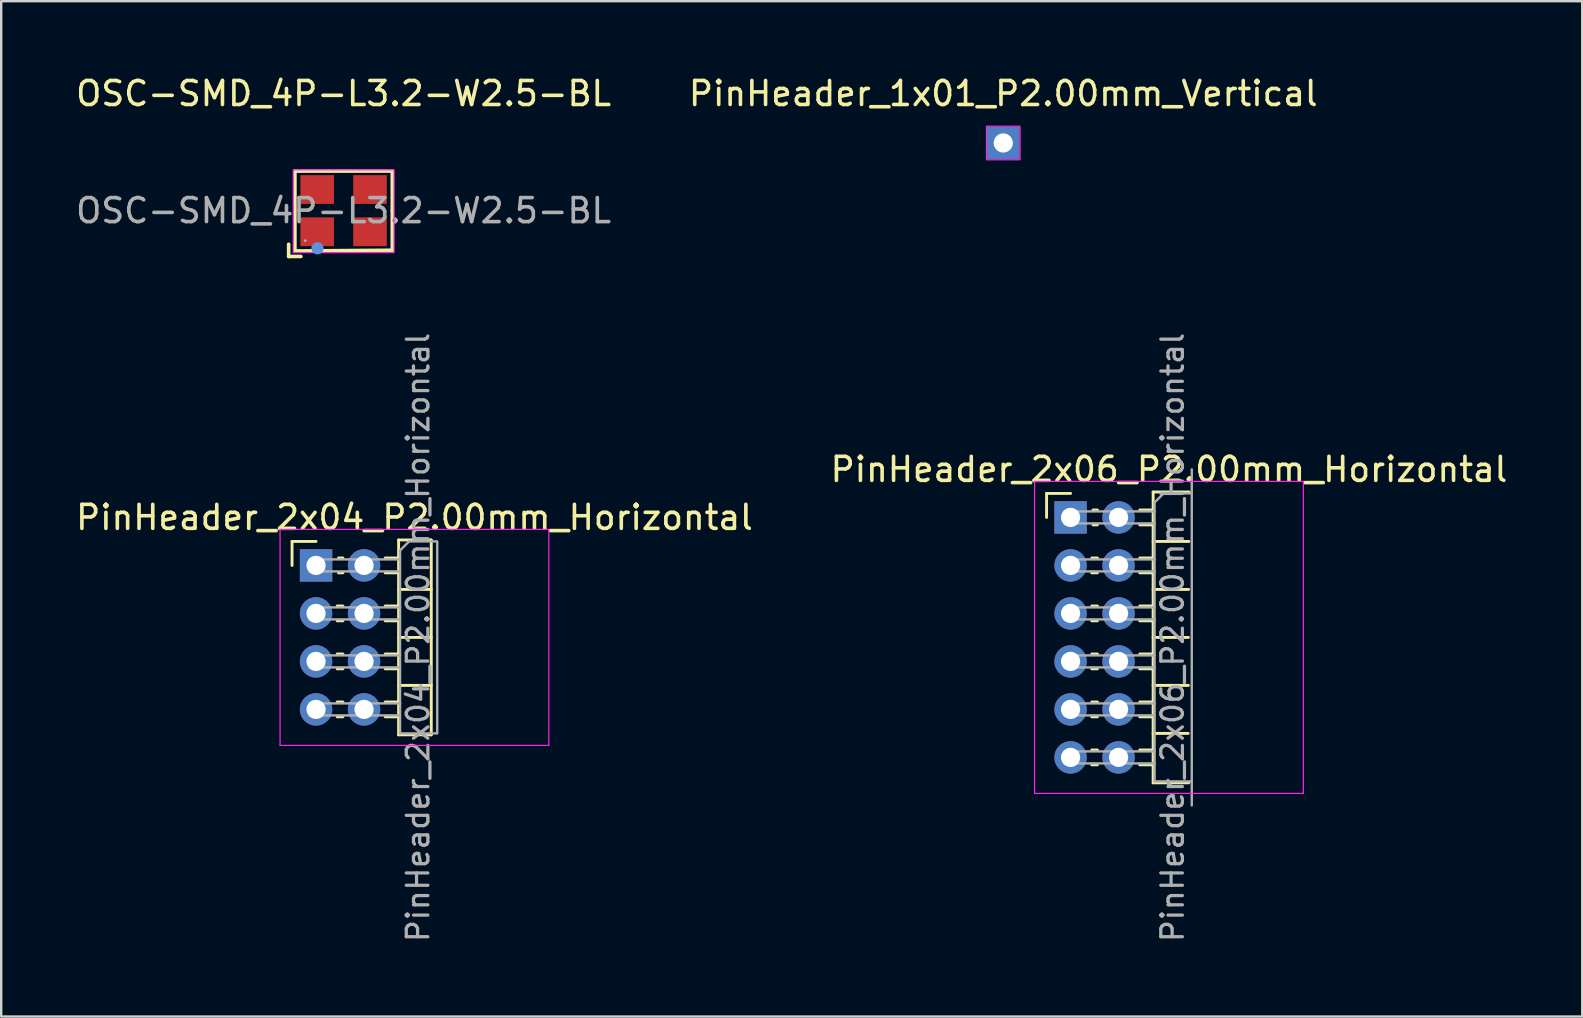
<source format=kicad_pcb>
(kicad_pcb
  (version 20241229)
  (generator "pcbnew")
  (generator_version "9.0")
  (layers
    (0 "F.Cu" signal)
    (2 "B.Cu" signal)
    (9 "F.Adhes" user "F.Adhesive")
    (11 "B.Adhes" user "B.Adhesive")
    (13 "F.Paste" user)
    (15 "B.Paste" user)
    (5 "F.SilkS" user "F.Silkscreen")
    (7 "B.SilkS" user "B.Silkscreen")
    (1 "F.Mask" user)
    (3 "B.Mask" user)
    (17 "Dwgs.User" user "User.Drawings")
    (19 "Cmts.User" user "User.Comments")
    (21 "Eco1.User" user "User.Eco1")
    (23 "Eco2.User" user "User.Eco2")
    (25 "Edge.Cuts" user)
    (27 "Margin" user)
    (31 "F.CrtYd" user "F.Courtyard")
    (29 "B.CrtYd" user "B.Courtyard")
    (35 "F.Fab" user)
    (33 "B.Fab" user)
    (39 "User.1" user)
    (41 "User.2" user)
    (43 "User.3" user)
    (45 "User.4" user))
  (footprint "OSC-SMD_4P-L3.2-W2.5-BL"
    (layer "F.Cu")
    (at 11.268 5.728)
    (property "Reference" "OSC-SMD_4P-L3.2-W2.5-BL" (at 0 -4.88 0) (layer "F.SilkS") (effects (font (size 1 1) (thickness 0.15))))
    (attr smd)
    (fp_line (start -2.29 1.4) (end -2.29 1.91) (stroke (width 0.15) (type solid)) (layer "F.SilkS"))
    (fp_line (start -2.29 1.91) (end -1.78 1.91) (stroke (width 0.15) (type solid)) (layer "F.SilkS"))
    (fp_line (start -2.03 -1.65) (end 2.03 -1.65) (stroke (width 0.15) (type solid)) (layer "F.SilkS"))
    (fp_line (start -2.03 1.68) (end -2.03 -1.65) (stroke (width 0.15) (type solid)) (layer "F.SilkS"))
    (fp_line (start 2.03 -1.65) (end 2.03 0) (stroke (width 0.15) (type solid)) (layer "F.SilkS"))
    (fp_line (start 2.03 0) (end 2.03 1.65) (stroke (width 0.15) (type solid)) (layer "F.SilkS"))
    (fp_line (start 2.03 1.65) (end -2.03 1.68) (stroke (width 0.15) (type solid)) (layer "F.SilkS"))
    (fp_line (start 2.03 1.65) (end 2.03 1.65) (stroke (width 0.15) (type solid)) (layer "F.SilkS"))
    (fp_circle (center -1.09 1.57) (end -0.96 1.57) (stroke (width 0.25) (type solid)) (fill no) (layer "Cmts.User"))
    (fp_rect (start -2.1 -1.7) (end 2.1 1.75) (stroke (width 0.05) (type solid)) (fill no) (layer "F.CrtYd"))
    (fp_circle (center -1.6 1.25) (end -1.57 1.25) (stroke (width 0.06) (type solid)) (fill no) (layer "F.Fab"))
    (fp_text user "${REFERENCE}" (at 0 0 0) (layer "F.Fab") (effects (font (size 1 1) (thickness 0.15))))
    (pad "1" smd rect (at -1.1 0.88) (size 1.4 1.2) (layers "F.Cu" "F.Mask" "F.Paste"))
    (pad "2" smd rect (at 1.1 0.88) (size 1.4 1.2) (layers "F.Cu" "F.Mask" "F.Paste"))
    (pad "3" smd rect (at 1.1 -0.88) (size 1.4 1.2) (layers "F.Cu" "F.Mask" "F.Paste"))
    (pad "4" smd rect (at -1.1 -0.88) (size 1.4 1.2) (layers "F.Cu" "F.Mask" "F.Paste")))
  (footprint "PinHeader_1x01_P2.00mm_Vertical"
    (layer "F.Cu")
    (at 38.756 2.908)
    (property "Reference" "PinHeader_1x01_P2.00mm_Vertical" (at 0 -2.06 0) (layer "F.SilkS") (effects (font (size 1 1) (thickness 0.15))))
    (attr through_hole)
    (fp_rect (start -0.7 -0.7) (end 0.7 0.7) (stroke (width 0.05) (type default)) (fill no) (layer "F.CrtYd"))
    (pad "1" thru_hole rect (at 0 0) (size 1.35 1.35) (drill 0.8) (layers "*.Cu" "*.Mask")))
  (footprint "PinHeader_2x04_P2.00mm_Horizontal"
    (layer "F.Cu")
    (at 11.12 23.511)
    (property "Reference" "PinHeader_2x04_P2.00mm_Horizontal" (at 3.1 -5 0) (layer "F.SilkS") (effects (font (size 1 1) (thickness 0.15))))
    (attr through_hole)
    (fp_line (start -2 -4) (end -1 -4) (stroke (width 0.12) (type solid)) (layer "F.SilkS"))
    (fp_line (start -2 -3) (end -2 -4) (stroke (width 0.12) (type solid)) (layer "F.SilkS"))
    (fp_line (start -0.118 -1.31) (end 0.118 -1.31) (stroke (width 0.12) (type solid)) (layer "F.SilkS"))
    (fp_line (start -0.118 -0.69) (end 0.118 -0.69) (stroke (width 0.12) (type solid)) (layer "F.SilkS"))
    (fp_line (start -0.118 0.69) (end 0.118 0.69) (stroke (width 0.12) (type solid)) (layer "F.SilkS"))
    (fp_line (start -0.118 1.31) (end 0.118 1.31) (stroke (width 0.12) (type solid)) (layer "F.SilkS"))
    (fp_line (start -0.118 2.69) (end 0.118 2.69) (stroke (width 0.12) (type solid)) (layer "F.SilkS"))
    (fp_line (start -0.118 3.31) (end 0.118 3.31) (stroke (width 0.12) (type solid)) (layer "F.SilkS"))
    (fp_line (start -0.065 -3.31) (end 0.118 -3.31) (stroke (width 0.12) (type solid)) (layer "F.SilkS"))
    (fp_line (start -0.065 -2.69) (end 0.118 -2.69) (stroke (width 0.12) (type solid)) (layer "F.SilkS"))
    (fp_line (start 1.882 -3.31) (end 2.44 -3.31) (stroke (width 0.12) (type solid)) (layer "F.SilkS"))
    (fp_line (start 1.882 -2.69) (end 2.44 -2.69) (stroke (width 0.12) (type solid)) (layer "F.SilkS"))
    (fp_line (start 1.882 -1.31) (end 2.44 -1.31) (stroke (width 0.12) (type solid)) (layer "F.SilkS"))
    (fp_line (start 1.882 -0.69) (end 2.44 -0.69) (stroke (width 0.12) (type solid)) (layer "F.SilkS"))
    (fp_line (start 1.882 0.69) (end 2.44 0.69) (stroke (width 0.12) (type solid)) (layer "F.SilkS"))
    (fp_line (start 1.882 1.31) (end 2.44 1.31) (stroke (width 0.12) (type solid)) (layer "F.SilkS"))
    (fp_line (start 1.882 2.69) (end 2.44 2.69) (stroke (width 0.12) (type solid)) (layer "F.SilkS"))
    (fp_line (start 1.882 3.31) (end 2.44 3.31) (stroke (width 0.12) (type solid)) (layer "F.SilkS"))
    (fp_line (start 2.44 -4.06) (end 2.44 4.06) (stroke (width 0.12) (type solid)) (layer "F.SilkS"))
    (fp_line (start 2.44 -2) (end 3.8 -2) (stroke (width 0.12) (type solid)) (layer "F.SilkS"))
    (fp_line (start 2.44 0) (end 3.8 0) (stroke (width 0.12) (type solid)) (layer "F.SilkS"))
    (fp_line (start 2.44 2) (end 3.8 2) (stroke (width 0.12) (type solid)) (layer "F.SilkS"))
    (fp_line (start 2.44 4.06) (end 3.8 4.06) (stroke (width 0.12) (type solid)) (layer "F.SilkS"))
    (fp_line (start 3.8 -4.06) (end 2.44 -4.06) (stroke (width 0.12) (type solid)) (layer "F.SilkS"))
    (fp_line (start 3.8 4.06) (end 3.8 -4.06) (stroke (width 0.12) (type solid)) (layer "F.SilkS"))
    (fp_line (start -2.5 -4.5) (end -2.5 4.5) (stroke (width 0.05) (type solid)) (layer "F.CrtYd"))
    (fp_line (start -2.5 4.5) (end 8.7 4.5) (stroke (width 0.05) (type solid)) (layer "F.CrtYd"))
    (fp_line (start 8.7 -4.5) (end -2.5 -4.5) (stroke (width 0.05) (type solid)) (layer "F.CrtYd"))
    (fp_line (start 8.7 4.5) (end 8.7 -4.5) (stroke (width 0.05) (type solid)) (layer "F.CrtYd"))
    (fp_line (start -1.25 -3.25) (end -1.25 -2.75) (stroke (width 0.1) (type solid)) (layer "F.Fab"))
    (fp_line (start -1.25 -3.25) (end 2.5 -3.25) (stroke (width 0.1) (type solid)) (layer "F.Fab"))
    (fp_line (start -1.25 -2.75) (end 2.5 -2.75) (stroke (width 0.1) (type solid)) (layer "F.Fab"))
    (fp_line (start -1.25 -1.25) (end -1.25 -0.75) (stroke (width 0.1) (type solid)) (layer "F.Fab"))
    (fp_line (start -1.25 -1.25) (end 2.5 -1.25) (stroke (width 0.1) (type solid)) (layer "F.Fab"))
    (fp_line (start -1.25 -0.75) (end 2.5 -0.75) (stroke (width 0.1) (type solid)) (layer "F.Fab"))
    (fp_line (start -1.25 0.75) (end -1.25 1.25) (stroke (width 0.1) (type solid)) (layer "F.Fab"))
    (fp_line (start -1.25 0.75) (end 2.5 0.75) (stroke (width 0.1) (type solid)) (layer "F.Fab"))
    (fp_line (start -1.25 1.25) (end 2.5 1.25) (stroke (width 0.1) (type solid)) (layer "F.Fab"))
    (fp_line (start -1.25 2.75) (end -1.25 3.25) (stroke (width 0.1) (type solid)) (layer "F.Fab"))
    (fp_line (start -1.25 2.75) (end 2.5 2.75) (stroke (width 0.1) (type solid)) (layer "F.Fab"))
    (fp_line (start -1.25 3.25) (end 2.5 3.25) (stroke (width 0.1) (type solid)) (layer "F.Fab"))
    (fp_line (start 2.5 -3.625) (end 2.875 -4) (stroke (width 0.1) (type solid)) (layer "F.Fab"))
    (fp_line (start 2.5 4) (end 2.5 -3.625) (stroke (width 0.1) (type solid)) (layer "F.Fab"))
    (fp_line (start 2.875 -4) (end 4 -4) (stroke (width 0.1) (type solid)) (layer "F.Fab"))
    (fp_line (start 4 4) (end 2.5 4) (stroke (width 0.1) (type solid)) (layer "F.Fab"))
    (fp_line (start 4.05 -4) (end 4.05 4) (stroke (width 0.1) (type solid)) (layer "F.Fab"))
    (fp_text user "${REFERENCE}" (at 3.25 0 90) (layer "F.Fab") (effects (font (size 0.9 0.9) (thickness 0.135))))
    (pad "1" thru_hole rect (at -1 -3) (size 1.35 1.35) (drill 0.8) (layers "*.Cu" "*.Mask"))
    (pad "2" thru_hole oval (at 1 -3) (size 1.35 1.35) (drill 0.8) (layers "*.Cu" "*.Mask"))
    (pad "3" thru_hole oval (at -1 -1) (size 1.35 1.35) (drill 0.8) (layers "*.Cu" "*.Mask"))
    (pad "4" thru_hole oval (at 1 -1) (size 1.35 1.35) (drill 0.8) (layers "*.Cu" "*.Mask"))
    (pad "5" thru_hole oval (at -1 1) (size 1.35 1.35) (drill 0.8) (layers "*.Cu" "*.Mask"))
    (pad "6" thru_hole oval (at 1 1) (size 1.35 1.35) (drill 0.8) (layers "*.Cu" "*.Mask"))
    (pad "7" thru_hole oval (at -1 3) (size 1.35 1.35) (drill 0.8) (layers "*.Cu" "*.Mask"))
    (pad "8" thru_hole oval (at 1 3) (size 1.35 1.35) (drill 0.8) (layers "*.Cu" "*.Mask")))
  (footprint "PinHeader_2x06_P2.00mm_Horizontal"
    (layer "F.Cu")
    (at 41.561 18.511)
    (property "Reference" "PinHeader_2x06_P2.00mm_Horizontal" (at 4.1 -2 0) (layer "F.SilkS") (effects (font (size 1 1) (thickness 0.15))))
    (attr through_hole)
    (fp_line (start -1 -1) (end 0 -1) (stroke (width 0.12) (type solid)) (layer "F.SilkS"))
    (fp_line (start -1 0) (end -1 -1) (stroke (width 0.12) (type solid)) (layer "F.SilkS"))
    (fp_line (start 0.882 1.69) (end 1.118 1.69) (stroke (width 0.12) (type solid)) (layer "F.SilkS"))
    (fp_line (start 0.882 2.31) (end 1.118 2.31) (stroke (width 0.12) (type solid)) (layer "F.SilkS"))
    (fp_line (start 0.882 3.69) (end 1.118 3.69) (stroke (width 0.12) (type solid)) (layer "F.SilkS"))
    (fp_line (start 0.882 4.31) (end 1.118 4.31) (stroke (width 0.12) (type solid)) (layer "F.SilkS"))
    (fp_line (start 0.882 5.69) (end 1.118 5.69) (stroke (width 0.12) (type solid)) (layer "F.SilkS"))
    (fp_line (start 0.882 6.31) (end 1.118 6.31) (stroke (width 0.12) (type solid)) (layer "F.SilkS"))
    (fp_line (start 0.882 7.69) (end 1.118 7.69) (stroke (width 0.12) (type solid)) (layer "F.SilkS"))
    (fp_line (start 0.882 8.31) (end 1.118 8.31) (stroke (width 0.12) (type solid)) (layer "F.SilkS"))
    (fp_line (start 0.882 9.69) (end 1.118 9.69) (stroke (width 0.12) (type solid)) (layer "F.SilkS"))
    (fp_line (start 0.882 10.31) (end 1.118 10.31) (stroke (width 0.12) (type solid)) (layer "F.SilkS"))
    (fp_line (start 0.935 -0.31) (end 1.118 -0.31) (stroke (width 0.12) (type solid)) (layer "F.SilkS"))
    (fp_line (start 0.935 0.31) (end 1.118 0.31) (stroke (width 0.12) (type solid)) (layer "F.SilkS"))
    (fp_line (start 2.882 -0.31) (end 3.44 -0.31) (stroke (width 0.12) (type solid)) (layer "F.SilkS"))
    (fp_line (start 2.882 0.31) (end 3.44 0.31) (stroke (width 0.12) (type solid)) (layer "F.SilkS"))
    (fp_line (start 2.882 1.69) (end 3.44 1.69) (stroke (width 0.12) (type solid)) (layer "F.SilkS"))
    (fp_line (start 2.882 2.31) (end 3.44 2.31) (stroke (width 0.12) (type solid)) (layer "F.SilkS"))
    (fp_line (start 2.882 3.69) (end 3.44 3.69) (stroke (width 0.12) (type solid)) (layer "F.SilkS"))
    (fp_line (start 2.882 4.31) (end 3.44 4.31) (stroke (width 0.12) (type solid)) (layer "F.SilkS"))
    (fp_line (start 2.882 5.69) (end 3.44 5.69) (stroke (width 0.12) (type solid)) (layer "F.SilkS"))
    (fp_line (start 2.882 6.31) (end 3.44 6.31) (stroke (width 0.12) (type solid)) (layer "F.SilkS"))
    (fp_line (start 2.882 7.69) (end 3.44 7.69) (stroke (width 0.12) (type solid)) (layer "F.SilkS"))
    (fp_line (start 2.882 8.31) (end 3.44 8.31) (stroke (width 0.12) (type solid)) (layer "F.SilkS"))
    (fp_line (start 2.882 9.69) (end 3.44 9.69) (stroke (width 0.12) (type solid)) (layer "F.SilkS"))
    (fp_line (start 2.882 10.31) (end 3.44 10.31) (stroke (width 0.12) (type solid)) (layer "F.SilkS"))
    (fp_line (start 3.44 -1.06) (end 3.44 11.06) (stroke (width 0.12) (type solid)) (layer "F.SilkS"))
    (fp_line (start 3.44 1) (end 4.93 1) (stroke (width 0.12) (type solid)) (layer "F.SilkS"))
    (fp_line (start 3.44 3) (end 4.92 3) (stroke (width 0.12) (type solid)) (layer "F.SilkS"))
    (fp_line (start 3.44 5) (end 4.91 5) (stroke (width 0.12) (type solid)) (layer "F.SilkS"))
    (fp_line (start 3.44 7) (end 4.91 7) (stroke (width 0.12) (type solid)) (layer "F.SilkS"))
    (fp_line (start 3.44 9) (end 4.9 9) (stroke (width 0.12) (type solid)) (layer "F.SilkS"))
    (fp_line (start 3.44 11.06) (end 4.92 11.06) (stroke (width 0.12) (type solid)) (layer "F.SilkS"))
    (fp_line (start 4.94 -1.06) (end 3.44 -1.06) (stroke (width 0.12) (type solid)) (layer "F.SilkS"))
    (fp_line (start -1.5 -1.5) (end -1.5 11.5) (stroke (width 0.05) (type solid)) (layer "F.CrtYd"))
    (fp_line (start -1.5 11.5) (end 9.7 11.5) (stroke (width 0.05) (type solid)) (layer "F.CrtYd"))
    (fp_line (start 9.7 -1.5) (end -1.5 -1.5) (stroke (width 0.05) (type solid)) (layer "F.CrtYd"))
    (fp_line (start 9.7 -1.5) (end 9.7 11.5) (stroke (width 0.05) (type default)) (layer "F.CrtYd"))
    (fp_line (start -0.25 -0.25) (end -0.25 0.25) (stroke (width 0.1) (type solid)) (layer "F.Fab"))
    (fp_line (start -0.25 -0.25) (end 3.5 -0.25) (stroke (width 0.1) (type solid)) (layer "F.Fab"))
    (fp_line (start -0.25 0.25) (end 3.5 0.25) (stroke (width 0.1) (type solid)) (layer "F.Fab"))
    (fp_line (start -0.25 1.75) (end -0.25 2.25) (stroke (width 0.1) (type solid)) (layer "F.Fab"))
    (fp_line (start -0.25 1.75) (end 3.5 1.75) (stroke (width 0.1) (type solid)) (layer "F.Fab"))
    (fp_line (start -0.25 2.25) (end 3.5 2.25) (stroke (width 0.1) (type solid)) (layer "F.Fab"))
    (fp_line (start -0.25 3.75) (end -0.25 4.25) (stroke (width 0.1) (type solid)) (layer "F.Fab"))
    (fp_line (start -0.25 3.75) (end 3.5 3.75) (stroke (width 0.1) (type solid)) (layer "F.Fab"))
    (fp_line (start -0.25 4.25) (end 3.5 4.25) (stroke (width 0.1) (type solid)) (layer "F.Fab"))
    (fp_line (start -0.25 5.75) (end -0.25 6.25) (stroke (width 0.1) (type solid)) (layer "F.Fab"))
    (fp_line (start -0.25 5.75) (end 3.5 5.75) (stroke (width 0.1) (type solid)) (layer "F.Fab"))
    (fp_line (start -0.25 6.25) (end 3.5 6.25) (stroke (width 0.1) (type solid)) (layer "F.Fab"))
    (fp_line (start -0.25 7.75) (end -0.25 8.25) (stroke (width 0.1) (type solid)) (layer "F.Fab"))
    (fp_line (start -0.25 7.75) (end 3.5 7.75) (stroke (width 0.1) (type solid)) (layer "F.Fab"))
    (fp_line (start -0.25 8.25) (end 3.5 8.25) (stroke (width 0.1) (type solid)) (layer "F.Fab"))
    (fp_line (start -0.25 9.75) (end -0.25 10.25) (stroke (width 0.1) (type solid)) (layer "F.Fab"))
    (fp_line (start -0.25 9.75) (end 3.5 9.75) (stroke (width 0.1) (type solid)) (layer "F.Fab"))
    (fp_line (start -0.25 10.25) (end 3.5 10.25) (stroke (width 0.1) (type solid)) (layer "F.Fab"))
    (fp_line (start 3.5 -0.625) (end 3.875 -1) (stroke (width 0.1) (type solid)) (layer "F.Fab"))
    (fp_line (start 3.5 11) (end 3.5 -0.625) (stroke (width 0.1) (type solid)) (layer "F.Fab"))
    (fp_line (start 3.875 -1) (end 5 -1) (stroke (width 0.1) (type solid)) (layer "F.Fab"))
    (fp_line (start 5 11) (end 3.5 11) (stroke (width 0.1) (type solid)) (layer "F.Fab"))
    (fp_line (start 5.05 -2) (end 5.05 12) (stroke (width 0.1) (type default)) (layer "F.Fab"))
    (fp_text user "${REFERENCE}" (at 4.25 5 90) (layer "F.Fab") (effects (font (size 0.9 0.9) (thickness 0.135))))
    (pad "1" thru_hole rect (at 0 0) (size 1.35 1.35) (drill 0.8) (layers "*.Cu" "*.Mask"))
    (pad "2" thru_hole oval (at 2 0) (size 1.35 1.35) (drill 0.8) (layers "*.Cu" "*.Mask"))
    (pad "3" thru_hole oval (at 0 2) (size 1.35 1.35) (drill 0.8) (layers "*.Cu" "*.Mask"))
    (pad "4" thru_hole oval (at 2 2) (size 1.35 1.35) (drill 0.8) (layers "*.Cu" "*.Mask"))
    (pad "5" thru_hole oval (at 0 4) (size 1.35 1.35) (drill 0.8) (layers "*.Cu" "*.Mask"))
    (pad "6" thru_hole oval (at 2 4) (size 1.35 1.35) (drill 0.8) (layers "*.Cu" "*.Mask"))
    (pad "7" thru_hole oval (at 0 6) (size 1.35 1.35) (drill 0.8) (layers "*.Cu" "*.Mask"))
    (pad "8" thru_hole oval (at 2 6) (size 1.35 1.35) (drill 0.8) (layers "*.Cu" "*.Mask"))
    (pad "9" thru_hole oval (at 0 8) (size 1.35 1.35) (drill 0.8) (layers "*.Cu" "*.Mask"))
    (pad "10" thru_hole oval (at 2 8) (size 1.35 1.35) (drill 0.8) (layers "*.Cu" "*.Mask"))
    (pad "11" thru_hole oval (at 0 10) (size 1.35 1.35) (drill 0.8) (layers "*.Cu" "*.Mask"))
    (pad "12" thru_hole oval (at 2 10) (size 1.35 1.35) (drill 0.8) (layers "*.Cu" "*.Mask")))
  (gr_rect
    (start -3 -3)
    (end 62.881 39.31)
    (stroke (width 0.1) (type default))
    (fill no)
    (layer "Edge.Cuts")))
</source>
